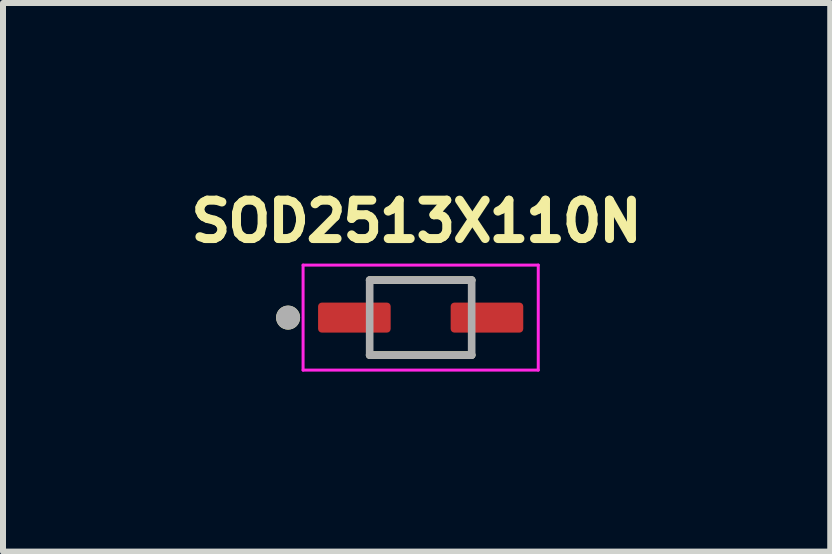
<source format=kicad_pcb>
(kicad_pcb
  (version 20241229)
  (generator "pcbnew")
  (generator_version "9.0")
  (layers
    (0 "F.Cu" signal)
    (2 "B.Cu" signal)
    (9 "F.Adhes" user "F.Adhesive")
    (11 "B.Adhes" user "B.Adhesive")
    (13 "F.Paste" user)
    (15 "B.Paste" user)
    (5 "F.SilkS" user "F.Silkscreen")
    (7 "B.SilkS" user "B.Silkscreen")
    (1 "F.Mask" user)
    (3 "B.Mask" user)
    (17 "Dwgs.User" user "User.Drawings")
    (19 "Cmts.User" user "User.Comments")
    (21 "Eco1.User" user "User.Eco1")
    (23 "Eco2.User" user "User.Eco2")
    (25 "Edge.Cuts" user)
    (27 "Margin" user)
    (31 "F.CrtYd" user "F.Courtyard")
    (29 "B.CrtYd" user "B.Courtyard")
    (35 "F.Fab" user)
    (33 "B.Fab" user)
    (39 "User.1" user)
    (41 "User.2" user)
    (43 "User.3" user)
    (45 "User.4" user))
  (footprint "SOD2513X110N"
    (layer "F.Cu")
    (at 3.962 2.244)
    (property "Reference" "SOD2513X110N" (at -0.068 -1.606 0) (layer "F.SilkS") (effects (font (size 0.64 0.64) (thickness 0.15))))
    (attr smd)
    (fp_line (start -0.85 0.625) (end 0.85 0.625) (stroke (width 0.127) (type solid)) (layer "F.SilkS"))
    (fp_line (start 0.85 -0.625) (end -0.85 -0.625) (stroke (width 0.127) (type solid)) (layer "F.SilkS"))
    (fp_circle (center -2.21 0) (end -2.11 0) (stroke (width 0.2) (type solid)) (fill no) (layer "F.SilkS"))
    (fp_line (start -1.96 -0.875) (end -1.96 0.875) (stroke (width 0.05) (type solid)) (layer "F.CrtYd"))
    (fp_line (start -1.96 0.875) (end 1.96 0.875) (stroke (width 0.05) (type solid)) (layer "F.CrtYd"))
    (fp_line (start 1.96 -0.875) (end -1.96 -0.875) (stroke (width 0.05) (type solid)) (layer "F.CrtYd"))
    (fp_line (start 1.96 0.875) (end 1.96 -0.875) (stroke (width 0.05) (type solid)) (layer "F.CrtYd"))
    (fp_line (start -0.85 -0.625) (end -0.85 0.625) (stroke (width 0.127) (type solid)) (layer "F.Fab"))
    (fp_line (start -0.85 0.625) (end 0.85 0.625) (stroke (width 0.127) (type solid)) (layer "F.Fab"))
    (fp_line (start 0.85 -0.625) (end -0.85 -0.625) (stroke (width 0.127) (type solid)) (layer "F.Fab"))
    (fp_line (start 0.85 0.625) (end 0.85 -0.625) (stroke (width 0.127) (type solid)) (layer "F.Fab"))
    (fp_circle (center -2.21 0) (end -2.11 0) (stroke (width 0.2) (type solid)) (fill no) (layer "F.Fab"))
    (pad "A" smd roundrect (at 1.105 0) (size 1.21 0.5) (layers "F.Cu" "F.Mask" "F.Paste") (roundrect_rratio 0.125))
    (pad "C" smd roundrect (at -1.105 0) (size 1.21 0.5) (layers "F.Cu" "F.Mask" "F.Paste") (roundrect_rratio 0.125)))
  (gr_rect
    (start -3 -3)
    (end 10.789 6.144)
    (stroke (width 0.1) (type default))
    (fill no)
    (layer "Edge.Cuts")))
</source>
